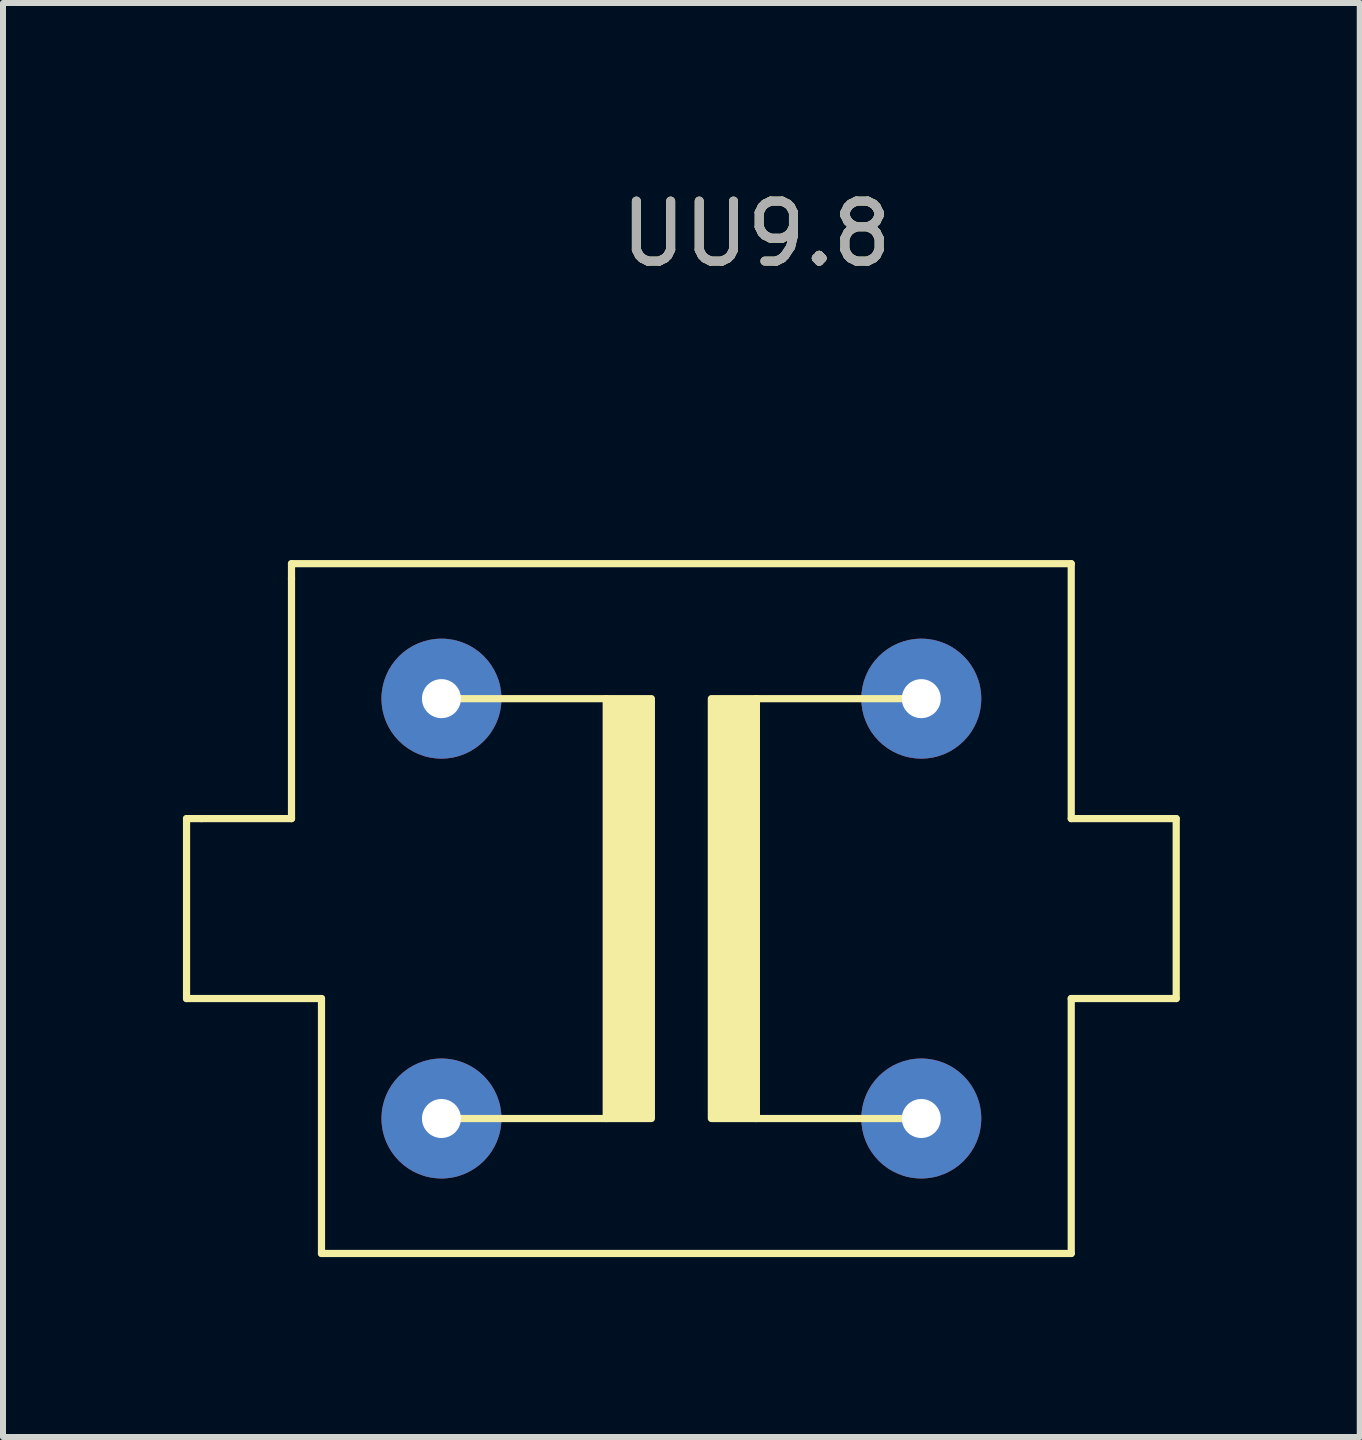
<source format=kicad_pcb>
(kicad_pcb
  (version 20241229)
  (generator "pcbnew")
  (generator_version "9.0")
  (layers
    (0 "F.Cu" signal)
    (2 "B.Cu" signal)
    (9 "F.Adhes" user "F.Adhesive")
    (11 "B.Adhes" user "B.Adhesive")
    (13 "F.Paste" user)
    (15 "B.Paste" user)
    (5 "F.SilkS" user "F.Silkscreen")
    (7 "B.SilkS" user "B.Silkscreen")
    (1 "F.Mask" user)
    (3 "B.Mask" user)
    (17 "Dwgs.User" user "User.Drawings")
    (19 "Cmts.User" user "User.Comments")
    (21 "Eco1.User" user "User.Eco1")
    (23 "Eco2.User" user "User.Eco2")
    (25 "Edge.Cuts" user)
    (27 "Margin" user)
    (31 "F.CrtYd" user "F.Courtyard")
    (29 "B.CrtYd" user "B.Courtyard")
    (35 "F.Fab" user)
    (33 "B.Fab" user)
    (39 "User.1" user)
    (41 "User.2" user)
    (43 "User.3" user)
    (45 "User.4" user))
  (footprint "UU9.8"
    (layer "F.Cu")
    (at 8.31 12.098)
    (property "Reference" "UU9.8" (at 1.25 -11.25 0) (unlocked yes) (layer "F.SilkS") (effects (font (size 1 1) (thickness 0.15))))
    (attr through_hole)
    (fp_line (start -8.25 -1.5) (end -8 -1.5) (stroke (width 0.12) (type solid)) (layer "F.SilkS"))
    (fp_line (start -8.25 1.5) (end -8.25 -1.5) (stroke (width 0.12) (type solid)) (layer "F.SilkS"))
    (fp_line (start -8 -1.5) (end -6.5 -1.5) (stroke (width 0.12) (type solid)) (layer "F.SilkS"))
    (fp_line (start -6.5 -5.75) (end 6.5 -5.75) (stroke (width 0.12) (type solid)) (layer "F.SilkS"))
    (fp_line (start -6.5 -5.5) (end -6.5 -5.75) (stroke (width 0.12) (type solid)) (layer "F.SilkS"))
    (fp_line (start -6.5 -1.5) (end -6.5 -5.5) (stroke (width 0.12) (type solid)) (layer "F.SilkS"))
    (fp_line (start -6 1.5) (end -8.25 1.5) (stroke (width 0.12) (type solid)) (layer "F.SilkS"))
    (fp_line (start -6 5.75) (end -6 1.5) (stroke (width 0.12) (type solid)) (layer "F.SilkS"))
    (fp_line (start -4 -3.5) (end -1.25 -3.5) (stroke (width 0.12) (type solid)) (layer "F.SilkS"))
    (fp_line (start -1.25 -3.5) (end -1.25 3.5) (stroke (width 0.12) (type solid)) (layer "F.SilkS"))
    (fp_line (start -1.25 3.5) (end -4 3.5) (stroke (width 0.12) (type solid)) (layer "F.SilkS"))
    (fp_line (start 1.25 -3.5) (end 4 -3.5) (stroke (width 0.12) (type solid)) (layer "F.SilkS"))
    (fp_line (start 1.25 3.5) (end 1.25 -3.5) (stroke (width 0.12) (type solid)) (layer "F.SilkS"))
    (fp_line (start 4 3.5) (end 1.25 3.5) (stroke (width 0.12) (type solid)) (layer "F.SilkS"))
    (fp_line (start 6.5 -5.75) (end 6.5 -1.5) (stroke (width 0.12) (type solid)) (layer "F.SilkS"))
    (fp_line (start 6.5 -1.5) (end 8.25 -1.5) (stroke (width 0.12) (type solid)) (layer "F.SilkS"))
    (fp_line (start 6.5 1.5) (end 6.5 5.75) (stroke (width 0.12) (type solid)) (layer "F.SilkS"))
    (fp_line (start 6.5 5.75) (end -6 5.75) (stroke (width 0.12) (type solid)) (layer "F.SilkS"))
    (fp_line (start 8.25 -1.5) (end 8.25 1.5) (stroke (width 0.12) (type solid)) (layer "F.SilkS"))
    (fp_line (start 8.25 1.5) (end 6.5 1.5) (stroke (width 0.12) (type solid)) (layer "F.SilkS"))
    (fp_poly (pts (xy -0.5 3.5) (xy -1.25 3.5) (xy -1.25 -3.5) (xy -0.5 -3.5)) (stroke (width 0.12) (type solid)) (fill yes) (layer "F.SilkS"))
    (fp_poly (pts (xy 1.25 3.5) (xy 0.5 3.5) (xy 0.5 -3.5) (xy 1.25 -3.5)) (stroke (width 0.12) (type solid)) (fill yes) (layer "F.SilkS"))
    (fp_text user "${REFERENCE}" (at 1.25 -11.25 0) (unlocked yes) (layer "F.Fab") (effects (font (size 1 1) (thickness 0.15))))
    (pad "1" thru_hole circle (at -4 -3.5) (size 2 2) (drill 0.65) (layers "*.Cu" "*.Mask"))
    (pad "2" thru_hole circle (at -4 3.5) (size 2 2) (drill 0.65) (layers "*.Cu" "*.Mask"))
    (pad "3" thru_hole circle (at 4 3.5) (size 2 2) (drill 0.65) (layers "*.Cu" "*.Mask"))
    (pad "4" thru_hole circle (at 4 -3.5) (size 2 2) (drill 0.65) (layers "*.Cu" "*.Mask")))
  (gr_rect
    (start -3 -3)
    (end 19.62 20.908)
    (stroke (width 0.1) (type default))
    (fill no)
    (layer "Edge.Cuts")))
</source>
